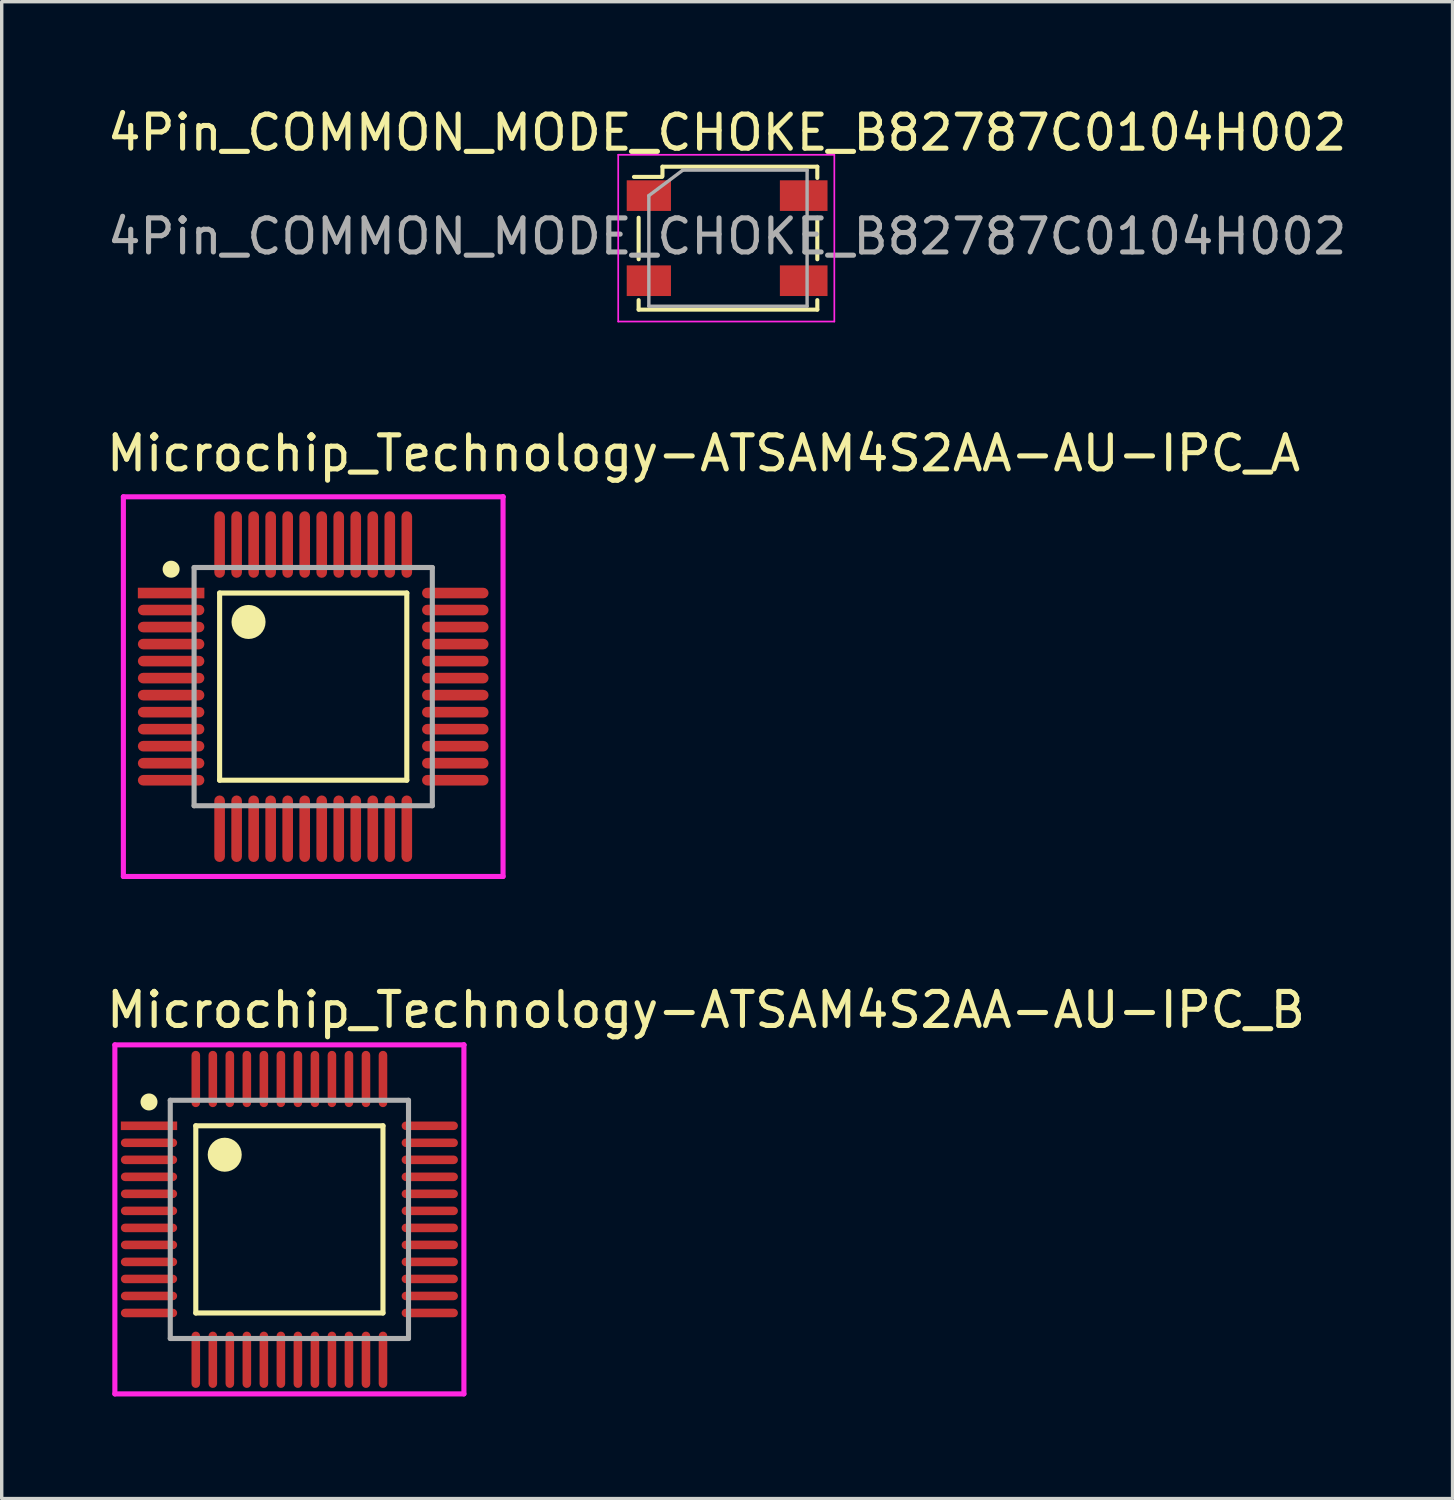
<source format=kicad_pcb>
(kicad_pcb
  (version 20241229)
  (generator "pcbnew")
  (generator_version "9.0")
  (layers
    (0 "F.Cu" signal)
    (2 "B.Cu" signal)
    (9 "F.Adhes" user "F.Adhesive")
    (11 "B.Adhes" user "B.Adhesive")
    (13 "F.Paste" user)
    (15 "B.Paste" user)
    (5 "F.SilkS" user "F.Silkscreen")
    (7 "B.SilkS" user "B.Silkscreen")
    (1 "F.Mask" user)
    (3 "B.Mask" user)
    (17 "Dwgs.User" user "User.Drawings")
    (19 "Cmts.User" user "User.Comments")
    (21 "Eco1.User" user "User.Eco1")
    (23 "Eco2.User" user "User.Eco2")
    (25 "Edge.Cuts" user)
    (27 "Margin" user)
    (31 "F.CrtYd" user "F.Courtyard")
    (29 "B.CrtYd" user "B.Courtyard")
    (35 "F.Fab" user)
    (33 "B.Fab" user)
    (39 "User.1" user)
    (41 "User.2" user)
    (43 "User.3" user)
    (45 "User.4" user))
  (footprint "Microchip_Technology-ATSAM4S2AA-AU-IPC_B"
    (layer "F.Cu")
    (at 5.453 32.779)
    (property "Reference" "Microchip_Technology-ATSAM4S2AA-AU-IPC_B" (at -5.453 -6.153 0) (layer "F.SilkS") (effects (font (size 1 1) (thickness 0.15)) (justify left)))
    (attr through_hole)
    (fp_line (start -2.75 -2.75) (end 2.75 -2.75) (stroke (width 0.15) (type solid)) (layer "F.SilkS"))
    (fp_line (start -2.75 2.75) (end -2.75 -2.75) (stroke (width 0.15) (type solid)) (layer "F.SilkS"))
    (fp_line (start 2.75 -2.75) (end 2.75 2.75) (stroke (width 0.15) (type solid)) (layer "F.SilkS"))
    (fp_line (start 2.75 2.75) (end -2.75 2.75) (stroke (width 0.15) (type solid)) (layer "F.SilkS"))
    (fp_circle (center -4.125 -3.45) (end -4 -3.45) (stroke (width 0.25) (type solid)) (fill no) (layer "F.SilkS"))
    (fp_circle (center -1.9 -1.9) (end -1.65 -1.9) (stroke (width 0.5) (type solid)) (fill no) (layer "F.SilkS"))
    (fp_line (start -5.128 -5.128) (end -5.128 5.128) (stroke (width 0.15) (type solid)) (layer "F.CrtYd"))
    (fp_line (start -5.128 5.128) (end 5.128 5.128) (stroke (width 0.15) (type solid)) (layer "F.CrtYd"))
    (fp_line (start 5.128 -5.128) (end -5.128 -5.128) (stroke (width 0.15) (type solid)) (layer "F.CrtYd"))
    (fp_line (start 5.128 -5.128) (end 5.128 -5.128) (stroke (width 0.15) (type solid)) (layer "F.CrtYd"))
    (fp_line (start 5.128 5.128) (end 5.128 -5.128) (stroke (width 0.15) (type solid)) (layer "F.CrtYd"))
    (fp_line (start -3.5 -3.5) (end 3.5 -3.5) (stroke (width 0.15) (type solid)) (layer "F.Fab"))
    (fp_line (start -3.5 3.5) (end -3.5 -3.5) (stroke (width 0.15) (type solid)) (layer "F.Fab"))
    (fp_line (start 3.5 -3.5) (end 3.5 3.5) (stroke (width 0.15) (type solid)) (layer "F.Fab"))
    (fp_line (start 3.5 3.5) (end -3.5 3.5) (stroke (width 0.15) (type solid)) (layer "F.Fab"))
    (pad "1" smd rect (at -4.125 -2.75) (size 1.655 0.252) (layers "F.Cu" "F.Mask" "F.Paste"))
    (pad "2" smd roundrect (at -4.125 -2.25) (size 1.655 0.252) (layers "F.Cu" "F.Mask" "F.Paste") (roundrect_rratio 0.5))
    (pad "3" smd roundrect (at -4.125 -1.75) (size 1.655 0.252) (layers "F.Cu" "F.Mask" "F.Paste") (roundrect_rratio 0.5))
    (pad "4" smd roundrect (at -4.125 -1.25) (size 1.655 0.252) (layers "F.Cu" "F.Mask" "F.Paste") (roundrect_rratio 0.5))
    (pad "5" smd roundrect (at -4.125 -0.75) (size 1.655 0.252) (layers "F.Cu" "F.Mask" "F.Paste") (roundrect_rratio 0.5))
    (pad "6" smd roundrect (at -4.125 -0.25) (size 1.655 0.252) (layers "F.Cu" "F.Mask" "F.Paste") (roundrect_rratio 0.5))
    (pad "7" smd roundrect (at -4.125 0.25) (size 1.655 0.252) (layers "F.Cu" "F.Mask" "F.Paste") (roundrect_rratio 0.5))
    (pad "8" smd roundrect (at -4.125 0.75) (size 1.655 0.252) (layers "F.Cu" "F.Mask" "F.Paste") (roundrect_rratio 0.5))
    (pad "9" smd roundrect (at -4.125 1.25) (size 1.655 0.252) (layers "F.Cu" "F.Mask" "F.Paste") (roundrect_rratio 0.5))
    (pad "10" smd roundrect (at -4.125 1.75) (size 1.655 0.252) (layers "F.Cu" "F.Mask" "F.Paste") (roundrect_rratio 0.5))
    (pad "11" smd roundrect (at -4.125 2.25) (size 1.655 0.252) (layers "F.Cu" "F.Mask" "F.Paste") (roundrect_rratio 0.5))
    (pad "12" smd roundrect (at -4.125 2.75) (size 1.655 0.252) (layers "F.Cu" "F.Mask" "F.Paste") (roundrect_rratio 0.5))
    (pad "13" smd roundrect (at -2.75 4.125) (size 0.252 1.655) (layers "F.Cu" "F.Mask" "F.Paste") (roundrect_rratio 0.5))
    (pad "14" smd roundrect (at -2.25 4.125) (size 0.252 1.655) (layers "F.Cu" "F.Mask" "F.Paste") (roundrect_rratio 0.5))
    (pad "15" smd roundrect (at -1.75 4.125) (size 0.252 1.655) (layers "F.Cu" "F.Mask" "F.Paste") (roundrect_rratio 0.5))
    (pad "16" smd roundrect (at -1.25 4.125) (size 0.252 1.655) (layers "F.Cu" "F.Mask" "F.Paste") (roundrect_rratio 0.5))
    (pad "17" smd roundrect (at -0.75 4.125) (size 0.252 1.655) (layers "F.Cu" "F.Mask" "F.Paste") (roundrect_rratio 0.5))
    (pad "18" smd roundrect (at -0.25 4.125) (size 0.252 1.655) (layers "F.Cu" "F.Mask" "F.Paste") (roundrect_rratio 0.5))
    (pad "19" smd roundrect (at 0.25 4.125) (size 0.252 1.655) (layers "F.Cu" "F.Mask" "F.Paste") (roundrect_rratio 0.5))
    (pad "20" smd roundrect (at 0.75 4.125) (size 0.252 1.655) (layers "F.Cu" "F.Mask" "F.Paste") (roundrect_rratio 0.5))
    (pad "21" smd roundrect (at 1.25 4.125) (size 0.252 1.655) (layers "F.Cu" "F.Mask" "F.Paste") (roundrect_rratio 0.5))
    (pad "22" smd roundrect (at 1.75 4.125) (size 0.252 1.655) (layers "F.Cu" "F.Mask" "F.Paste") (roundrect_rratio 0.5))
    (pad "23" smd roundrect (at 2.25 4.125) (size 0.252 1.655) (layers "F.Cu" "F.Mask" "F.Paste") (roundrect_rratio 0.5))
    (pad "24" smd roundrect (at 2.75 4.125) (size 0.252 1.655) (layers "F.Cu" "F.Mask" "F.Paste") (roundrect_rratio 0.5))
    (pad "25" smd roundrect (at 4.125 2.75) (size 1.655 0.252) (layers "F.Cu" "F.Mask" "F.Paste") (roundrect_rratio 0.5))
    (pad "26" smd roundrect (at 4.125 2.25) (size 1.655 0.252) (layers "F.Cu" "F.Mask" "F.Paste") (roundrect_rratio 0.5))
    (pad "27" smd roundrect (at 4.125 1.75) (size 1.655 0.252) (layers "F.Cu" "F.Mask" "F.Paste") (roundrect_rratio 0.5))
    (pad "28" smd roundrect (at 4.125 1.25) (size 1.655 0.252) (layers "F.Cu" "F.Mask" "F.Paste") (roundrect_rratio 0.5))
    (pad "29" smd roundrect (at 4.125 0.75) (size 1.655 0.252) (layers "F.Cu" "F.Mask" "F.Paste") (roundrect_rratio 0.5))
    (pad "30" smd roundrect (at 4.125 0.25) (size 1.655 0.252) (layers "F.Cu" "F.Mask" "F.Paste") (roundrect_rratio 0.5))
    (pad "31" smd roundrect (at 4.125 -0.25) (size 1.655 0.252) (layers "F.Cu" "F.Mask" "F.Paste") (roundrect_rratio 0.5))
    (pad "32" smd roundrect (at 4.125 -0.75) (size 1.655 0.252) (layers "F.Cu" "F.Mask" "F.Paste") (roundrect_rratio 0.5))
    (pad "33" smd roundrect (at 4.125 -1.25) (size 1.655 0.252) (layers "F.Cu" "F.Mask" "F.Paste") (roundrect_rratio 0.5))
    (pad "34" smd roundrect (at 4.125 -1.75) (size 1.655 0.252) (layers "F.Cu" "F.Mask" "F.Paste") (roundrect_rratio 0.5))
    (pad "35" smd roundrect (at 4.125 -2.25) (size 1.655 0.252) (layers "F.Cu" "F.Mask" "F.Paste") (roundrect_rratio 0.5))
    (pad "36" smd roundrect (at 4.125 -2.75) (size 1.655 0.252) (layers "F.Cu" "F.Mask" "F.Paste") (roundrect_rratio 0.5))
    (pad "37" smd roundrect (at 2.75 -4.125) (size 0.252 1.655) (layers "F.Cu" "F.Mask" "F.Paste") (roundrect_rratio 0.5))
    (pad "38" smd roundrect (at 2.25 -4.125) (size 0.252 1.655) (layers "F.Cu" "F.Mask" "F.Paste") (roundrect_rratio 0.5))
    (pad "39" smd roundrect (at 1.75 -4.125) (size 0.252 1.655) (layers "F.Cu" "F.Mask" "F.Paste") (roundrect_rratio 0.5))
    (pad "40" smd roundrect (at 1.25 -4.125) (size 0.252 1.655) (layers "F.Cu" "F.Mask" "F.Paste") (roundrect_rratio 0.5))
    (pad "41" smd roundrect (at 0.75 -4.125) (size 0.252 1.655) (layers "F.Cu" "F.Mask" "F.Paste") (roundrect_rratio 0.5))
    (pad "42" smd roundrect (at 0.25 -4.125) (size 0.252 1.655) (layers "F.Cu" "F.Mask" "F.Paste") (roundrect_rratio 0.5))
    (pad "43" smd roundrect (at -0.25 -4.125) (size 0.252 1.655) (layers "F.Cu" "F.Mask" "F.Paste") (roundrect_rratio 0.5))
    (pad "44" smd roundrect (at -0.75 -4.125) (size 0.252 1.655) (layers "F.Cu" "F.Mask" "F.Paste") (roundrect_rratio 0.5))
    (pad "45" smd roundrect (at -1.25 -4.125) (size 0.252 1.655) (layers "F.Cu" "F.Mask" "F.Paste") (roundrect_rratio 0.5))
    (pad "46" smd roundrect (at -1.75 -4.125) (size 0.252 1.655) (layers "F.Cu" "F.Mask" "F.Paste") (roundrect_rratio 0.5))
    (pad "47" smd roundrect (at -2.25 -4.125) (size 0.252 1.655) (layers "F.Cu" "F.Mask" "F.Paste") (roundrect_rratio 0.5))
    (pad "48" smd roundrect (at -2.75 -4.125) (size 0.252 1.655) (layers "F.Cu" "F.Mask" "F.Paste") (roundrect_rratio 0.5)))
  (footprint "4Pin_COMMON_MODE_CHOKE_B82787C0104H002"
    (layer "F.Cu")
    (at 18.315 3.948)
    (property "Reference" "4Pin_COMMON_MODE_CHOKE_B82787C0104H002" (at 0 -3.1 0) (layer "F.SilkS") (effects (font (size 1 1) (thickness 0.15))))
    (attr smd)
    (fp_line (start -2.737 -1.8) (end -1.913 -1.8) (stroke (width 0.12) (type solid)) (layer "F.SilkS"))
    (fp_line (start -2.6 -0.6) (end -2.6 0.62) (stroke (width 0.12) (type solid)) (layer "F.SilkS"))
    (fp_line (start -2.6 2.1) (end -2.6 1.82) (stroke (width 0.12) (type solid)) (layer "F.SilkS"))
    (fp_line (start -1.9 -2.1) (end -1.9 -1.82) (stroke (width 0.12) (type solid)) (layer "F.SilkS"))
    (fp_line (start -1.9 -2.1) (end 2.65 -2.1) (stroke (width 0.12) (type solid)) (layer "F.SilkS"))
    (fp_line (start 2.65 -2.1) (end 2.65 -1.77) (stroke (width 0.12) (type solid)) (layer "F.SilkS"))
    (fp_line (start 2.65 -0.6) (end 2.65 0.62) (stroke (width 0.12) (type solid)) (layer "F.SilkS"))
    (fp_line (start 2.65 2.1) (end -2.6 2.1) (stroke (width 0.12) (type solid)) (layer "F.SilkS"))
    (fp_line (start 2.65 2.1) (end 2.65 1.82) (stroke (width 0.12) (type solid)) (layer "F.SilkS"))
    (fp_line (start -3.2 -2.45) (end 3.15 -2.45) (stroke (width 0.05) (type solid)) (layer "F.CrtYd"))
    (fp_line (start -3.2 2.45) (end -3.2 -2.45) (stroke (width 0.05) (type solid)) (layer "F.CrtYd"))
    (fp_line (start 3.15 -2.45) (end 3.15 2.45) (stroke (width 0.05) (type solid)) (layer "F.CrtYd"))
    (fp_line (start 3.15 2.45) (end -3.2 2.45) (stroke (width 0.05) (type solid)) (layer "F.CrtYd"))
    (fp_line (start -2.3 -1.25) (end -2.3 2) (stroke (width 0.1) (type solid)) (layer "F.Fab"))
    (fp_line (start -2.3 -1.25) (end -1.3 -2) (stroke (width 0.1) (type solid)) (layer "F.Fab"))
    (fp_line (start -1.3 -2) (end 2.35 -2) (stroke (width 0.1) (type solid)) (layer "F.Fab"))
    (fp_line (start 2.35 -2) (end 2.35 2) (stroke (width 0.1) (type solid)) (layer "F.Fab"))
    (fp_line (start 2.35 2) (end -2.3 2) (stroke (width 0.1) (type solid)) (layer "F.Fab"))
    (fp_text user "${REFERENCE}" (at 0 -0.05 0) (layer "F.Fab") (effects (font (size 1 1) (thickness 0.15))))
    (pad "1" smd rect (at -2.3 -1.25) (size 1.3 0.9) (layers "F.Cu" "F.Mask" "F.Paste"))
    (pad "2" smd rect (at -2.3 1.25) (size 1.3 0.9) (layers "F.Cu" "F.Mask" "F.Paste"))
    (pad "3" smd rect (at 2.25 1.25) (size 1.4 0.9) (layers "F.Cu" "F.Mask" "F.Paste"))
    (pad "4" smd rect (at 2.25 -1.25) (size 1.4 0.9) (layers "F.Cu" "F.Mask" "F.Paste")))
  (footprint "Microchip_Technology-ATSAM4S2AA-AU-IPC_A"
    (layer "F.Cu")
    (at 6.153 17.125)
    (property "Reference" "Microchip_Technology-ATSAM4S2AA-AU-IPC_A" (at -6.153 -6.853 0) (layer "F.SilkS") (effects (font (size 1 1) (thickness 0.15)) (justify left)))
    (attr through_hole)
    (fp_line (start -2.75 -2.75) (end 2.75 -2.75) (stroke (width 0.15) (type solid)) (layer "F.SilkS"))
    (fp_line (start -2.75 2.75) (end -2.75 -2.75) (stroke (width 0.15) (type solid)) (layer "F.SilkS"))
    (fp_line (start 2.75 -2.75) (end 2.75 2.75) (stroke (width 0.15) (type solid)) (layer "F.SilkS"))
    (fp_line (start 2.75 2.75) (end -2.75 2.75) (stroke (width 0.15) (type solid)) (layer "F.SilkS"))
    (fp_circle (center -4.175 -3.45) (end -4.05 -3.45) (stroke (width 0.25) (type solid)) (fill no) (layer "F.SilkS"))
    (fp_circle (center -1.9 -1.9) (end -1.65 -1.9) (stroke (width 0.5) (type solid)) (fill no) (layer "F.SilkS"))
    (fp_line (start -5.578 -5.578) (end -5.578 5.578) (stroke (width 0.15) (type solid)) (layer "F.CrtYd"))
    (fp_line (start -5.578 5.578) (end 5.578 5.578) (stroke (width 0.15) (type solid)) (layer "F.CrtYd"))
    (fp_line (start 5.578 -5.578) (end -5.578 -5.578) (stroke (width 0.15) (type solid)) (layer "F.CrtYd"))
    (fp_line (start 5.578 -5.578) (end 5.578 -5.578) (stroke (width 0.15) (type solid)) (layer "F.CrtYd"))
    (fp_line (start 5.578 5.578) (end 5.578 -5.578) (stroke (width 0.15) (type solid)) (layer "F.CrtYd"))
    (fp_line (start -3.5 -3.5) (end 3.5 -3.5) (stroke (width 0.15) (type solid)) (layer "F.Fab"))
    (fp_line (start -3.5 3.5) (end -3.5 -3.5) (stroke (width 0.15) (type solid)) (layer "F.Fab"))
    (fp_line (start 3.5 -3.5) (end 3.5 3.5) (stroke (width 0.15) (type solid)) (layer "F.Fab"))
    (fp_line (start 3.5 3.5) (end -3.5 3.5) (stroke (width 0.15) (type solid)) (layer "F.Fab"))
    (pad "1" smd rect (at -4.175 -2.75) (size 1.955 0.312) (layers "F.Cu" "F.Mask" "F.Paste"))
    (pad "2" smd roundrect (at -4.175 -2.25) (size 1.955 0.312) (layers "F.Cu" "F.Mask" "F.Paste") (roundrect_rratio 0.5))
    (pad "3" smd roundrect (at -4.175 -1.75) (size 1.955 0.312) (layers "F.Cu" "F.Mask" "F.Paste") (roundrect_rratio 0.5))
    (pad "4" smd roundrect (at -4.175 -1.25) (size 1.955 0.312) (layers "F.Cu" "F.Mask" "F.Paste") (roundrect_rratio 0.5))
    (pad "5" smd roundrect (at -4.175 -0.75) (size 1.955 0.312) (layers "F.Cu" "F.Mask" "F.Paste") (roundrect_rratio 0.5))
    (pad "6" smd roundrect (at -4.175 -0.25) (size 1.955 0.312) (layers "F.Cu" "F.Mask" "F.Paste") (roundrect_rratio 0.5))
    (pad "7" smd roundrect (at -4.175 0.25) (size 1.955 0.312) (layers "F.Cu" "F.Mask" "F.Paste") (roundrect_rratio 0.5))
    (pad "8" smd roundrect (at -4.175 0.75) (size 1.955 0.312) (layers "F.Cu" "F.Mask" "F.Paste") (roundrect_rratio 0.5))
    (pad "9" smd roundrect (at -4.175 1.25) (size 1.955 0.312) (layers "F.Cu" "F.Mask" "F.Paste") (roundrect_rratio 0.5))
    (pad "10" smd roundrect (at -4.175 1.75) (size 1.955 0.312) (layers "F.Cu" "F.Mask" "F.Paste") (roundrect_rratio 0.5))
    (pad "11" smd roundrect (at -4.175 2.25) (size 1.955 0.312) (layers "F.Cu" "F.Mask" "F.Paste") (roundrect_rratio 0.5))
    (pad "12" smd roundrect (at -4.175 2.75) (size 1.955 0.312) (layers "F.Cu" "F.Mask" "F.Paste") (roundrect_rratio 0.5))
    (pad "13" smd roundrect (at -2.75 4.175) (size 0.312 1.955) (layers "F.Cu" "F.Mask" "F.Paste") (roundrect_rratio 0.5))
    (pad "14" smd roundrect (at -2.25 4.175) (size 0.312 1.955) (layers "F.Cu" "F.Mask" "F.Paste") (roundrect_rratio 0.5))
    (pad "15" smd roundrect (at -1.75 4.175) (size 0.312 1.955) (layers "F.Cu" "F.Mask" "F.Paste") (roundrect_rratio 0.5))
    (pad "16" smd roundrect (at -1.25 4.175) (size 0.312 1.955) (layers "F.Cu" "F.Mask" "F.Paste") (roundrect_rratio 0.5))
    (pad "17" smd roundrect (at -0.75 4.175) (size 0.312 1.955) (layers "F.Cu" "F.Mask" "F.Paste") (roundrect_rratio 0.5))
    (pad "18" smd roundrect (at -0.25 4.175) (size 0.312 1.955) (layers "F.Cu" "F.Mask" "F.Paste") (roundrect_rratio 0.5))
    (pad "19" smd roundrect (at 0.25 4.175) (size 0.312 1.955) (layers "F.Cu" "F.Mask" "F.Paste") (roundrect_rratio 0.5))
    (pad "20" smd roundrect (at 0.75 4.175) (size 0.312 1.955) (layers "F.Cu" "F.Mask" "F.Paste") (roundrect_rratio 0.5))
    (pad "21" smd roundrect (at 1.25 4.175) (size 0.312 1.955) (layers "F.Cu" "F.Mask" "F.Paste") (roundrect_rratio 0.5))
    (pad "22" smd roundrect (at 1.75 4.175) (size 0.312 1.955) (layers "F.Cu" "F.Mask" "F.Paste") (roundrect_rratio 0.5))
    (pad "23" smd roundrect (at 2.25 4.175) (size 0.312 1.955) (layers "F.Cu" "F.Mask" "F.Paste") (roundrect_rratio 0.5))
    (pad "24" smd roundrect (at 2.75 4.175) (size 0.312 1.955) (layers "F.Cu" "F.Mask" "F.Paste") (roundrect_rratio 0.5))
    (pad "25" smd roundrect (at 4.175 2.75) (size 1.955 0.312) (layers "F.Cu" "F.Mask" "F.Paste") (roundrect_rratio 0.5))
    (pad "26" smd roundrect (at 4.175 2.25) (size 1.955 0.312) (layers "F.Cu" "F.Mask" "F.Paste") (roundrect_rratio 0.5))
    (pad "27" smd roundrect (at 4.175 1.75) (size 1.955 0.312) (layers "F.Cu" "F.Mask" "F.Paste") (roundrect_rratio 0.5))
    (pad "28" smd roundrect (at 4.175 1.25) (size 1.955 0.312) (layers "F.Cu" "F.Mask" "F.Paste") (roundrect_rratio 0.5))
    (pad "29" smd roundrect (at 4.175 0.75) (size 1.955 0.312) (layers "F.Cu" "F.Mask" "F.Paste") (roundrect_rratio 0.5))
    (pad "30" smd roundrect (at 4.175 0.25) (size 1.955 0.312) (layers "F.Cu" "F.Mask" "F.Paste") (roundrect_rratio 0.5))
    (pad "31" smd roundrect (at 4.175 -0.25) (size 1.955 0.312) (layers "F.Cu" "F.Mask" "F.Paste") (roundrect_rratio 0.5))
    (pad "32" smd roundrect (at 4.175 -0.75) (size 1.955 0.312) (layers "F.Cu" "F.Mask" "F.Paste") (roundrect_rratio 0.5))
    (pad "33" smd roundrect (at 4.175 -1.25) (size 1.955 0.312) (layers "F.Cu" "F.Mask" "F.Paste") (roundrect_rratio 0.5))
    (pad "34" smd roundrect (at 4.175 -1.75) (size 1.955 0.312) (layers "F.Cu" "F.Mask" "F.Paste") (roundrect_rratio 0.5))
    (pad "35" smd roundrect (at 4.175 -2.25) (size 1.955 0.312) (layers "F.Cu" "F.Mask" "F.Paste") (roundrect_rratio 0.5))
    (pad "36" smd roundrect (at 4.175 -2.75) (size 1.955 0.312) (layers "F.Cu" "F.Mask" "F.Paste") (roundrect_rratio 0.5))
    (pad "37" smd roundrect (at 2.75 -4.175) (size 0.312 1.955) (layers "F.Cu" "F.Mask" "F.Paste") (roundrect_rratio 0.5))
    (pad "38" smd roundrect (at 2.25 -4.175) (size 0.312 1.955) (layers "F.Cu" "F.Mask" "F.Paste") (roundrect_rratio 0.5))
    (pad "39" smd roundrect (at 1.75 -4.175) (size 0.312 1.955) (layers "F.Cu" "F.Mask" "F.Paste") (roundrect_rratio 0.5))
    (pad "40" smd roundrect (at 1.25 -4.175) (size 0.312 1.955) (layers "F.Cu" "F.Mask" "F.Paste") (roundrect_rratio 0.5))
    (pad "41" smd roundrect (at 0.75 -4.175) (size 0.312 1.955) (layers "F.Cu" "F.Mask" "F.Paste") (roundrect_rratio 0.5))
    (pad "42" smd roundrect (at 0.25 -4.175) (size 0.312 1.955) (layers "F.Cu" "F.Mask" "F.Paste") (roundrect_rratio 0.5))
    (pad "43" smd roundrect (at -0.25 -4.175) (size 0.312 1.955) (layers "F.Cu" "F.Mask" "F.Paste") (roundrect_rratio 0.5))
    (pad "44" smd roundrect (at -0.75 -4.175) (size 0.312 1.955) (layers "F.Cu" "F.Mask" "F.Paste") (roundrect_rratio 0.5))
    (pad "45" smd roundrect (at -1.25 -4.175) (size 0.312 1.955) (layers "F.Cu" "F.Mask" "F.Paste") (roundrect_rratio 0.5))
    (pad "46" smd roundrect (at -1.75 -4.175) (size 0.312 1.955) (layers "F.Cu" "F.Mask" "F.Paste") (roundrect_rratio 0.5))
    (pad "47" smd roundrect (at -2.25 -4.175) (size 0.312 1.955) (layers "F.Cu" "F.Mask" "F.Paste") (roundrect_rratio 0.5))
    (pad "48" smd roundrect (at -2.75 -4.175) (size 0.312 1.955) (layers "F.Cu" "F.Mask" "F.Paste") (roundrect_rratio 0.5)))
  (gr_rect
    (start -3 -3)
    (end 39.631 40.982)
    (stroke (width 0.1) (type default))
    (fill no)
    (layer "Edge.Cuts")))
</source>
